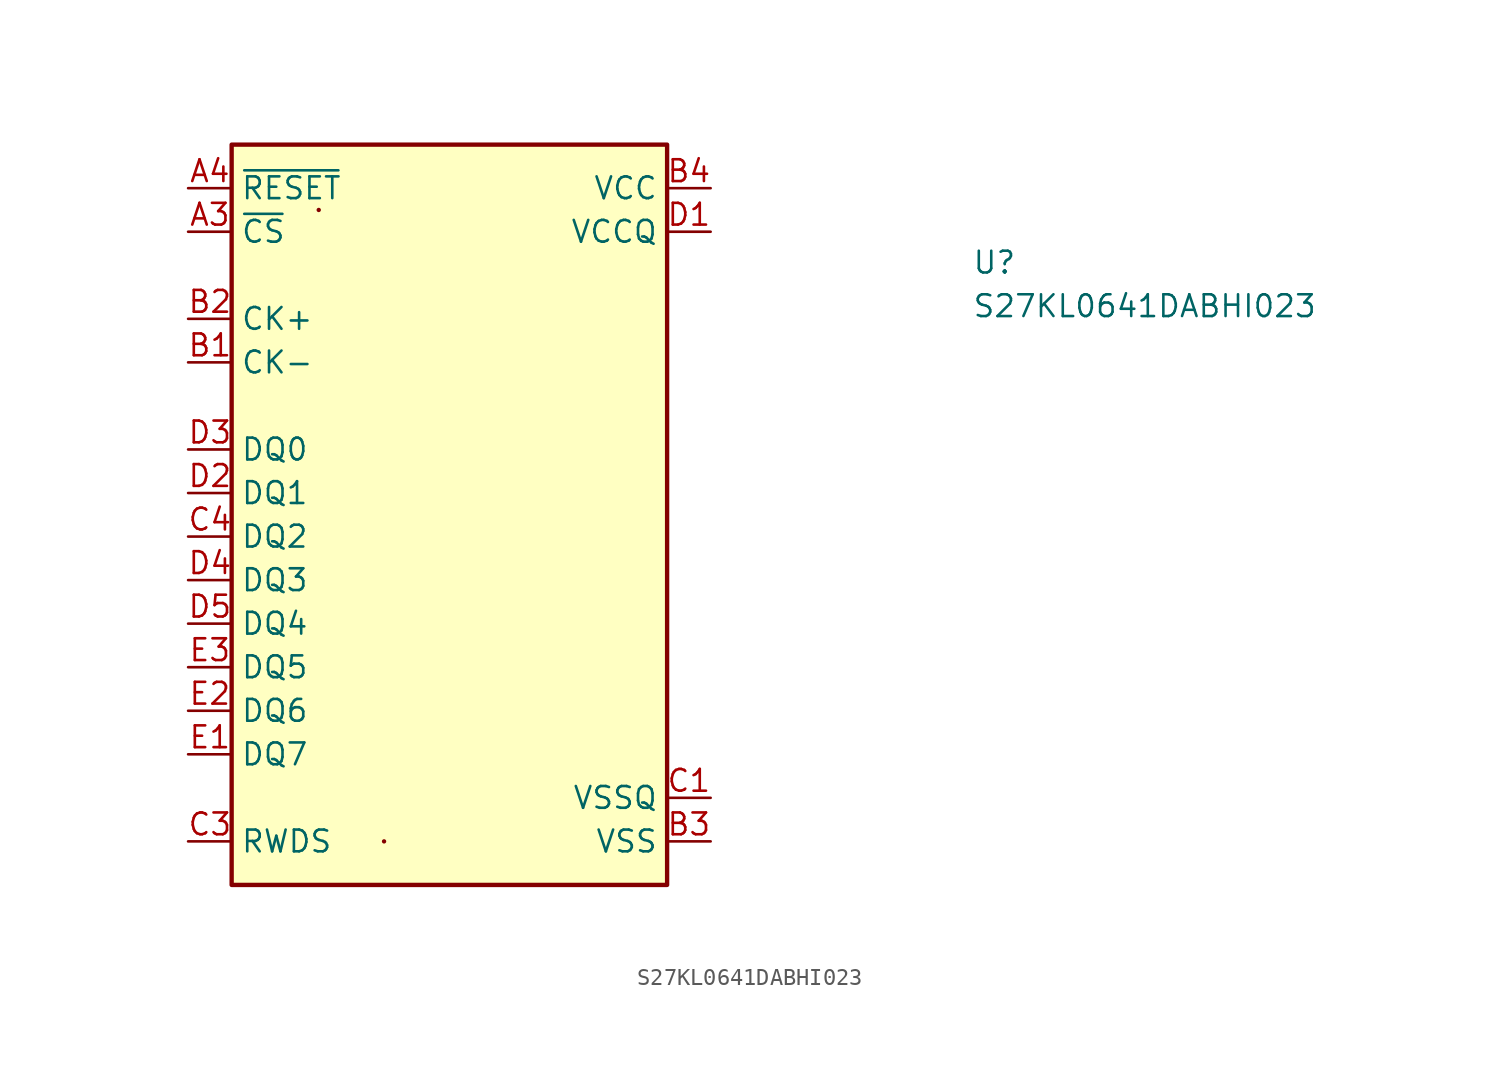
<source format=kicad_sym>
(kicad_symbol_lib
  (version 20211014)
  (generator kicad_symbol_editor)
  (symbol "S27KL0641DABHI023"
    (property "Reference" "U"
      (at 45.72 -5.08 0)
      (effects (font (size 1.27 1.27) (thickness 0.15)) (justify left bottom)))
    (property "Value" "S27KL0641DABHI023"
      (at 45.72 -7.62 0)
      (effects (font (size 1.27 1.27) (thickness 0.15)) (justify left bottom)))
    (symbol "S27KL0641DABHI023_1_1"
      (rectangle (start 2.54 2.54) (end 27.94 -40.64) (stroke (width 0.254) (type default) (color 0 0 0 0)) (fill (type background)))
      (rectangle (start 7.62 -1.27) (end 7.62 -1.27) (stroke (width 0.254) (type default) (color 0 0 0 0)) (fill (type background)))
      (rectangle (start 11.43 -38.1) (end 11.43 -38.1) (stroke (width 0.254) (type default) (color 0 0 0 0)) (fill (type background)))
      (pin no_connect line (at 27.94 -30.48 180) (length 2.54) hide (name "NC" (effects (font (size 1.27 1.27)))) (number "A2" (effects (font (size 1.27 1.27)))))
      (pin input line (at 0 -2.54 0) (length 2.54) (name "~{CS}" (effects (font (size 1.27 1.27)))) (number "A3" (effects (font (size 1.27 1.27)))))
      (pin input line (at 0 0 0) (length 2.54) (name "~{RESET}" (effects (font (size 1.27 1.27)))) (number "A4" (effects (font (size 1.27 1.27)))))
      (pin no_connect line (at 27.94 -30.48 180) (length 2.54) hide (name "NC" (effects (font (size 1.27 1.27)))) (number "A5" (effects (font (size 1.27 1.27)))))
      (pin input line (at 0 -10.16 0) (length 2.54) (name "CK-" (effects (font (size 1.27 1.27)))) (number "B1" (effects (font (size 1.27 1.27)))))
      (pin input line (at 0 -7.62 0) (length 2.54) (name "CK+" (effects (font (size 1.27 1.27)))) (number "B2" (effects (font (size 1.27 1.27)))))
      (pin power_in line (at 30.48 -38.1 180) (length 2.54) (name "VSS" (effects (font (size 1.27 1.27)))) (number "B3" (effects (font (size 1.27 1.27)))))
      (pin power_in line (at 30.48 0 180) (length 2.54) (name "VCC" (effects (font (size 1.27 1.27)))) (number "B4" (effects (font (size 1.27 1.27)))))
      (pin no_connect line (at 27.94 -30.48 180) (length 2.54) hide (name "NC" (effects (font (size 1.27 1.27)))) (number "B5" (effects (font (size 1.27 1.27)))))
      (pin power_in line (at 30.48 -35.56 180) (length 2.54) (name "VSSQ" (effects (font (size 1.27 1.27)))) (number "C1" (effects (font (size 1.27 1.27)))))
      (pin no_connect line (at 27.94 -30.48 180) (length 2.54) hide (name "NC" (effects (font (size 1.27 1.27)))) (number "C2" (effects (font (size 1.27 1.27)))))
      (pin bidirectional line (at 0 -38.1 0) (length 2.54) (name "RWDS" (effects (font (size 1.27 1.27)))) (number "C3" (effects (font (size 1.27 1.27)))))
      (pin bidirectional line (at 0 -20.32 0) (length 2.54) (name "DQ2" (effects (font (size 1.27 1.27)))) (number "C4" (effects (font (size 1.27 1.27)))))
      (pin no_connect line (at 27.94 -30.48 180) (length 2.54) hide (name "NC" (effects (font (size 1.27 1.27)))) (number "C5" (effects (font (size 1.27 1.27)))))
      (pin power_in line (at 30.48 -2.54 180) (length 2.54) (name "VCCQ" (effects (font (size 1.27 1.27)))) (number "D1" (effects (font (size 1.27 1.27)))))
      (pin bidirectional line (at 0 -17.78 0) (length 2.54) (name "DQ1" (effects (font (size 1.27 1.27)))) (number "D2" (effects (font (size 1.27 1.27)))))
      (pin bidirectional line (at 0 -15.24 0) (length 2.54) (name "DQ0" (effects (font (size 1.27 1.27)))) (number "D3" (effects (font (size 1.27 1.27)))))
      (pin bidirectional line (at 0 -22.86 0) (length 2.54) (name "DQ3" (effects (font (size 1.27 1.27)))) (number "D4" (effects (font (size 1.27 1.27)))))
      (pin bidirectional line (at 0 -25.4 0) (length 2.54) (name "DQ4" (effects (font (size 1.27 1.27)))) (number "D5" (effects (font (size 1.27 1.27)))))
      (pin bidirectional line (at 0 -33.02 0) (length 2.54) (name "DQ7" (effects (font (size 1.27 1.27)))) (number "E1" (effects (font (size 1.27 1.27)))))
      (pin bidirectional line (at 0 -30.48 0) (length 2.54) (name "DQ6" (effects (font (size 1.27 1.27)))) (number "E2" (effects (font (size 1.27 1.27)))))
      (pin bidirectional line (at 0 -27.94 0) (length 2.54) (name "DQ5" (effects (font (size 1.27 1.27)))) (number "E3" (effects (font (size 1.27 1.27)))))
      (pin passive line (at 30.48 -2.54 180) (length 2.54) hide (name "VCCQ" (effects (font (size 1.27 1.27)))) (number "E4" (effects (font (size 1.27 1.27)))))
      (pin passive line (at 30.48 -35.56 180) (length 2.54) hide (name "VSSQ" (effects (font (size 1.27 1.27)))) (number "E5" (effects (font (size 1.27 1.27))))))))
</source>
